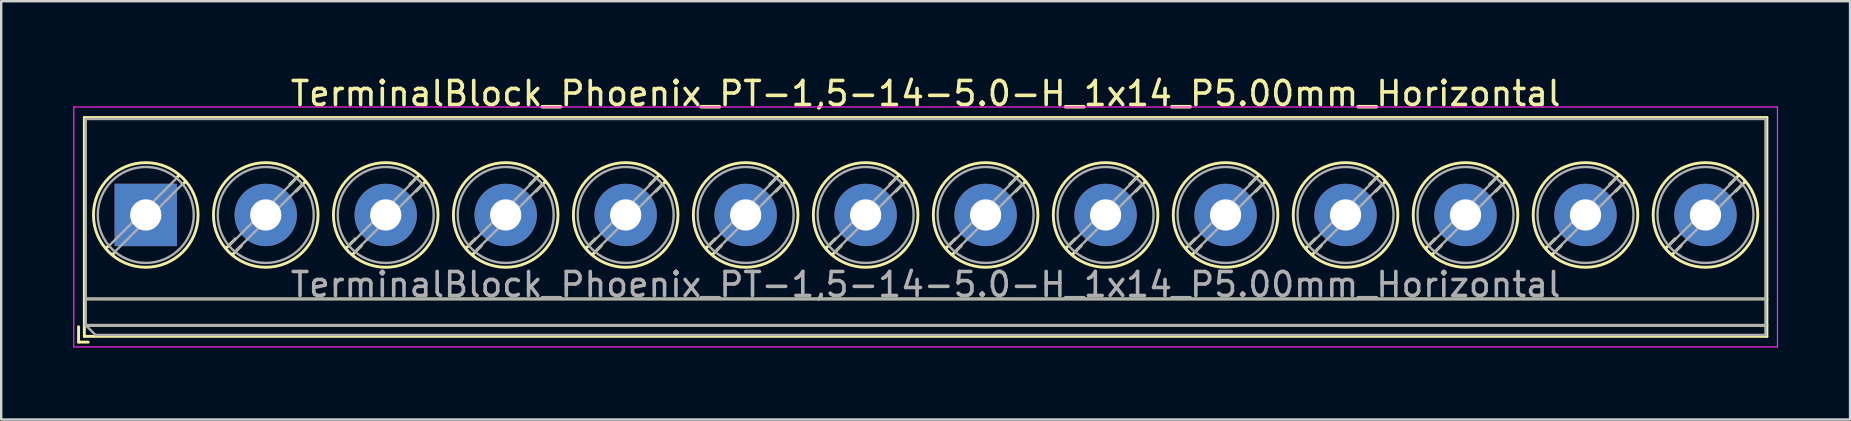
<source format=kicad_pcb>
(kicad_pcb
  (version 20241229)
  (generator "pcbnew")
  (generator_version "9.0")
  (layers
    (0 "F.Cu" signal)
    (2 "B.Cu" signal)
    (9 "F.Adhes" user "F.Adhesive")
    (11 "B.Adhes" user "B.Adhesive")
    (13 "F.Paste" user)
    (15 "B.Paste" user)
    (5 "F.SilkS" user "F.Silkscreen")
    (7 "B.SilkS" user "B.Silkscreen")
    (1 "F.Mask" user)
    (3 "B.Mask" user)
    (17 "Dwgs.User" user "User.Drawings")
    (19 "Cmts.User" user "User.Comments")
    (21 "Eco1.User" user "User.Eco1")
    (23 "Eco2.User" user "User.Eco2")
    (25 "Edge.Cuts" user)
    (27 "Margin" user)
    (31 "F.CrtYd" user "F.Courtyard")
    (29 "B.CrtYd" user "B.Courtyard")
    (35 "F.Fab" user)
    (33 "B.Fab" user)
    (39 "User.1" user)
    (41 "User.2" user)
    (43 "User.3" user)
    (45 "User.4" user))
  (footprint "TerminalBlock_Phoenix_PT-1,5-14-5.0-H_1x14_P5.00mm_Horizontal"
    (layer "F.Cu")
    (at 3.025 5.908)
    (property "Reference" "TerminalBlock_Phoenix_PT-1,5-14-5.0-H_1x14_P5.00mm_Horizontal" (at 32.5 -5.06 0) (layer "F.SilkS") (effects (font (size 1 1) (thickness 0.15))))
    (attr through_hole)
    (fp_line (start -2.8 4.66) (end -2.8 5.3) (stroke (width 0.12) (type solid)) (layer "F.SilkS"))
    (fp_line (start -2.8 5.3) (end -2.4 5.3) (stroke (width 0.12) (type solid)) (layer "F.SilkS"))
    (fp_line (start -2.56 -4.06) (end -2.56 5.06) (stroke (width 0.12) (type solid)) (layer "F.SilkS"))
    (fp_line (start -2.56 -4.06) (end 67.56 -4.06) (stroke (width 0.12) (type solid)) (layer "F.SilkS"))
    (fp_line (start -2.56 3.5) (end 67.56 3.5) (stroke (width 0.12) (type solid)) (layer "F.SilkS"))
    (fp_line (start -2.56 4.6) (end 67.56 4.6) (stroke (width 0.12) (type solid)) (layer "F.SilkS"))
    (fp_line (start -2.56 5.06) (end 67.56 5.06) (stroke (width 0.12) (type solid)) (layer "F.SilkS"))
    (fp_line (start -1.548 1.281) (end -1.654 1.388) (stroke (width 0.12) (type solid)) (layer "F.SilkS"))
    (fp_line (start -1.282 1.547) (end -1.388 1.654) (stroke (width 0.12) (type solid)) (layer "F.SilkS"))
    (fp_line (start 1.388 -1.654) (end 1.281 -1.547) (stroke (width 0.12) (type solid)) (layer "F.SilkS"))
    (fp_line (start 1.654 -1.388) (end 1.547 -1.281) (stroke (width 0.12) (type solid)) (layer "F.SilkS"))
    (fp_line (start 3.742 0.992) (end 3.347 1.388) (stroke (width 0.12) (type solid)) (layer "F.SilkS"))
    (fp_line (start 3.993 1.274) (end 3.613 1.654) (stroke (width 0.12) (type solid)) (layer "F.SilkS"))
    (fp_line (start 6.388 -1.654) (end 6.008 -1.274) (stroke (width 0.12) (type solid)) (layer "F.SilkS"))
    (fp_line (start 6.654 -1.388) (end 6.259 -0.992) (stroke (width 0.12) (type solid)) (layer "F.SilkS"))
    (fp_line (start 8.742 0.992) (end 8.347 1.388) (stroke (width 0.12) (type solid)) (layer "F.SilkS"))
    (fp_line (start 8.993 1.274) (end 8.613 1.654) (stroke (width 0.12) (type solid)) (layer "F.SilkS"))
    (fp_line (start 11.388 -1.654) (end 11.008 -1.274) (stroke (width 0.12) (type solid)) (layer "F.SilkS"))
    (fp_line (start 11.654 -1.388) (end 11.259 -0.992) (stroke (width 0.12) (type solid)) (layer "F.SilkS"))
    (fp_line (start 13.742 0.992) (end 13.347 1.388) (stroke (width 0.12) (type solid)) (layer "F.SilkS"))
    (fp_line (start 13.993 1.274) (end 13.613 1.654) (stroke (width 0.12) (type solid)) (layer "F.SilkS"))
    (fp_line (start 16.388 -1.654) (end 16.008 -1.274) (stroke (width 0.12) (type solid)) (layer "F.SilkS"))
    (fp_line (start 16.654 -1.388) (end 16.259 -0.992) (stroke (width 0.12) (type solid)) (layer "F.SilkS"))
    (fp_line (start 18.742 0.992) (end 18.347 1.388) (stroke (width 0.12) (type solid)) (layer "F.SilkS"))
    (fp_line (start 18.993 1.274) (end 18.613 1.654) (stroke (width 0.12) (type solid)) (layer "F.SilkS"))
    (fp_line (start 21.388 -1.654) (end 21.008 -1.274) (stroke (width 0.12) (type solid)) (layer "F.SilkS"))
    (fp_line (start 21.654 -1.388) (end 21.259 -0.992) (stroke (width 0.12) (type solid)) (layer "F.SilkS"))
    (fp_line (start 23.742 0.992) (end 23.347 1.388) (stroke (width 0.12) (type solid)) (layer "F.SilkS"))
    (fp_line (start 23.993 1.274) (end 23.613 1.654) (stroke (width 0.12) (type solid)) (layer "F.SilkS"))
    (fp_line (start 26.388 -1.654) (end 26.008 -1.274) (stroke (width 0.12) (type solid)) (layer "F.SilkS"))
    (fp_line (start 26.654 -1.388) (end 26.259 -0.992) (stroke (width 0.12) (type solid)) (layer "F.SilkS"))
    (fp_line (start 28.742 0.992) (end 28.347 1.388) (stroke (width 0.12) (type solid)) (layer "F.SilkS"))
    (fp_line (start 28.993 1.274) (end 28.613 1.654) (stroke (width 0.12) (type solid)) (layer "F.SilkS"))
    (fp_line (start 31.388 -1.654) (end 31.008 -1.274) (stroke (width 0.12) (type solid)) (layer "F.SilkS"))
    (fp_line (start 31.654 -1.388) (end 31.259 -0.992) (stroke (width 0.12) (type solid)) (layer "F.SilkS"))
    (fp_line (start 33.742 0.992) (end 33.347 1.388) (stroke (width 0.12) (type solid)) (layer "F.SilkS"))
    (fp_line (start 33.993 1.274) (end 33.613 1.654) (stroke (width 0.12) (type solid)) (layer "F.SilkS"))
    (fp_line (start 36.388 -1.654) (end 36.008 -1.274) (stroke (width 0.12) (type solid)) (layer "F.SilkS"))
    (fp_line (start 36.654 -1.388) (end 36.259 -0.992) (stroke (width 0.12) (type solid)) (layer "F.SilkS"))
    (fp_line (start 38.742 0.992) (end 38.347 1.388) (stroke (width 0.12) (type solid)) (layer "F.SilkS"))
    (fp_line (start 38.993 1.274) (end 38.613 1.654) (stroke (width 0.12) (type solid)) (layer "F.SilkS"))
    (fp_line (start 41.388 -1.654) (end 41.008 -1.274) (stroke (width 0.12) (type solid)) (layer "F.SilkS"))
    (fp_line (start 41.654 -1.388) (end 41.259 -0.992) (stroke (width 0.12) (type solid)) (layer "F.SilkS"))
    (fp_line (start 43.742 0.992) (end 43.347 1.388) (stroke (width 0.12) (type solid)) (layer "F.SilkS"))
    (fp_line (start 43.993 1.274) (end 43.613 1.654) (stroke (width 0.12) (type solid)) (layer "F.SilkS"))
    (fp_line (start 46.388 -1.654) (end 46.008 -1.274) (stroke (width 0.12) (type solid)) (layer "F.SilkS"))
    (fp_line (start 46.654 -1.388) (end 46.259 -0.992) (stroke (width 0.12) (type solid)) (layer "F.SilkS"))
    (fp_line (start 48.742 0.992) (end 48.347 1.388) (stroke (width 0.12) (type solid)) (layer "F.SilkS"))
    (fp_line (start 48.993 1.274) (end 48.613 1.654) (stroke (width 0.12) (type solid)) (layer "F.SilkS"))
    (fp_line (start 51.388 -1.654) (end 51.008 -1.274) (stroke (width 0.12) (type solid)) (layer "F.SilkS"))
    (fp_line (start 51.654 -1.388) (end 51.259 -0.992) (stroke (width 0.12) (type solid)) (layer "F.SilkS"))
    (fp_line (start 53.742 0.992) (end 53.347 1.388) (stroke (width 0.12) (type solid)) (layer "F.SilkS"))
    (fp_line (start 53.993 1.274) (end 53.613 1.654) (stroke (width 0.12) (type solid)) (layer "F.SilkS"))
    (fp_line (start 56.388 -1.654) (end 56.008 -1.274) (stroke (width 0.12) (type solid)) (layer "F.SilkS"))
    (fp_line (start 56.654 -1.388) (end 56.259 -0.992) (stroke (width 0.12) (type solid)) (layer "F.SilkS"))
    (fp_line (start 58.742 0.992) (end 58.347 1.388) (stroke (width 0.12) (type solid)) (layer "F.SilkS"))
    (fp_line (start 58.993 1.274) (end 58.613 1.654) (stroke (width 0.12) (type solid)) (layer "F.SilkS"))
    (fp_line (start 61.388 -1.654) (end 61.008 -1.274) (stroke (width 0.12) (type solid)) (layer "F.SilkS"))
    (fp_line (start 61.654 -1.388) (end 61.259 -0.992) (stroke (width 0.12) (type solid)) (layer "F.SilkS"))
    (fp_line (start 63.742 0.992) (end 63.347 1.388) (stroke (width 0.12) (type solid)) (layer "F.SilkS"))
    (fp_line (start 63.993 1.274) (end 63.613 1.654) (stroke (width 0.12) (type solid)) (layer "F.SilkS"))
    (fp_line (start 66.388 -1.654) (end 66.008 -1.274) (stroke (width 0.12) (type solid)) (layer "F.SilkS"))
    (fp_line (start 66.654 -1.388) (end 66.259 -0.992) (stroke (width 0.12) (type solid)) (layer "F.SilkS"))
    (fp_line (start 67.56 -4.06) (end 67.56 5.06) (stroke (width 0.12) (type solid)) (layer "F.SilkS"))
    (fp_circle (center 0 0) (end 2.18 0) (stroke (width 0.12) (type solid)) (fill no) (layer "F.SilkS"))
    (fp_circle (center 5 0) (end 7.18 0) (stroke (width 0.12) (type solid)) (fill no) (layer "F.SilkS"))
    (fp_circle (center 10 0) (end 12.18 0) (stroke (width 0.12) (type solid)) (fill no) (layer "F.SilkS"))
    (fp_circle (center 15 0) (end 17.18 0) (stroke (width 0.12) (type solid)) (fill no) (layer "F.SilkS"))
    (fp_circle (center 20 0) (end 22.18 0) (stroke (width 0.12) (type solid)) (fill no) (layer "F.SilkS"))
    (fp_circle (center 25 0) (end 27.18 0) (stroke (width 0.12) (type solid)) (fill no) (layer "F.SilkS"))
    (fp_circle (center 30 0) (end 32.18 0) (stroke (width 0.12) (type solid)) (fill no) (layer "F.SilkS"))
    (fp_circle (center 35 0) (end 37.18 0) (stroke (width 0.12) (type solid)) (fill no) (layer "F.SilkS"))
    (fp_circle (center 40 0) (end 42.18 0) (stroke (width 0.12) (type solid)) (fill no) (layer "F.SilkS"))
    (fp_circle (center 45 0) (end 47.18 0) (stroke (width 0.12) (type solid)) (fill no) (layer "F.SilkS"))
    (fp_circle (center 50 0) (end 52.18 0) (stroke (width 0.12) (type solid)) (fill no) (layer "F.SilkS"))
    (fp_circle (center 55 0) (end 57.18 0) (stroke (width 0.12) (type solid)) (fill no) (layer "F.SilkS"))
    (fp_circle (center 60 0) (end 62.18 0) (stroke (width 0.12) (type solid)) (fill no) (layer "F.SilkS"))
    (fp_circle (center 65 0) (end 67.18 0) (stroke (width 0.12) (type solid)) (fill no) (layer "F.SilkS"))
    (fp_line (start -3 -4.5) (end -3 5.5) (stroke (width 0.05) (type solid)) (layer "F.CrtYd"))
    (fp_line (start -3 5.5) (end 68 5.5) (stroke (width 0.05) (type solid)) (layer "F.CrtYd"))
    (fp_line (start 68 -4.5) (end -3 -4.5) (stroke (width 0.05) (type solid)) (layer "F.CrtYd"))
    (fp_line (start 68 5.5) (end 68 -4.5) (stroke (width 0.05) (type solid)) (layer "F.CrtYd"))
    (fp_line (start -2.5 -4) (end 67.5 -4) (stroke (width 0.1) (type solid)) (layer "F.Fab"))
    (fp_line (start -2.5 3.5) (end 67.5 3.5) (stroke (width 0.1) (type solid)) (layer "F.Fab"))
    (fp_line (start -2.5 4.6) (end -2.5 -4) (stroke (width 0.1) (type solid)) (layer "F.Fab"))
    (fp_line (start -2.5 4.6) (end 67.5 4.6) (stroke (width 0.1) (type solid)) (layer "F.Fab"))
    (fp_line (start -2.1 5) (end -2.5 4.6) (stroke (width 0.1) (type solid)) (layer "F.Fab"))
    (fp_line (start 1.273 -1.517) (end -1.517 1.273) (stroke (width 0.1) (type solid)) (layer "F.Fab"))
    (fp_line (start 1.517 -1.273) (end -1.273 1.517) (stroke (width 0.1) (type solid)) (layer "F.Fab"))
    (fp_line (start 6.273 -1.517) (end 3.484 1.273) (stroke (width 0.1) (type solid)) (layer "F.Fab"))
    (fp_line (start 6.517 -1.273) (end 3.728 1.517) (stroke (width 0.1) (type solid)) (layer "F.Fab"))
    (fp_line (start 11.273 -1.517) (end 8.484 1.273) (stroke (width 0.1) (type solid)) (layer "F.Fab"))
    (fp_line (start 11.517 -1.273) (end 8.728 1.517) (stroke (width 0.1) (type solid)) (layer "F.Fab"))
    (fp_line (start 16.273 -1.517) (end 13.484 1.273) (stroke (width 0.1) (type solid)) (layer "F.Fab"))
    (fp_line (start 16.517 -1.273) (end 13.728 1.517) (stroke (width 0.1) (type solid)) (layer "F.Fab"))
    (fp_line (start 21.273 -1.517) (end 18.484 1.273) (stroke (width 0.1) (type solid)) (layer "F.Fab"))
    (fp_line (start 21.517 -1.273) (end 18.728 1.517) (stroke (width 0.1) (type solid)) (layer "F.Fab"))
    (fp_line (start 26.273 -1.517) (end 23.484 1.273) (stroke (width 0.1) (type solid)) (layer "F.Fab"))
    (fp_line (start 26.517 -1.273) (end 23.728 1.517) (stroke (width 0.1) (type solid)) (layer "F.Fab"))
    (fp_line (start 31.273 -1.517) (end 28.484 1.273) (stroke (width 0.1) (type solid)) (layer "F.Fab"))
    (fp_line (start 31.517 -1.273) (end 28.728 1.517) (stroke (width 0.1) (type solid)) (layer "F.Fab"))
    (fp_line (start 36.273 -1.517) (end 33.484 1.273) (stroke (width 0.1) (type solid)) (layer "F.Fab"))
    (fp_line (start 36.517 -1.273) (end 33.728 1.517) (stroke (width 0.1) (type solid)) (layer "F.Fab"))
    (fp_line (start 41.273 -1.517) (end 38.484 1.273) (stroke (width 0.1) (type solid)) (layer "F.Fab"))
    (fp_line (start 41.517 -1.273) (end 38.728 1.517) (stroke (width 0.1) (type solid)) (layer "F.Fab"))
    (fp_line (start 46.273 -1.517) (end 43.484 1.273) (stroke (width 0.1) (type solid)) (layer "F.Fab"))
    (fp_line (start 46.517 -1.273) (end 43.728 1.517) (stroke (width 0.1) (type solid)) (layer "F.Fab"))
    (fp_line (start 51.273 -1.517) (end 48.484 1.273) (stroke (width 0.1) (type solid)) (layer "F.Fab"))
    (fp_line (start 51.517 -1.273) (end 48.728 1.517) (stroke (width 0.1) (type solid)) (layer "F.Fab"))
    (fp_line (start 56.273 -1.517) (end 53.484 1.273) (stroke (width 0.1) (type solid)) (layer "F.Fab"))
    (fp_line (start 56.517 -1.273) (end 53.728 1.517) (stroke (width 0.1) (type solid)) (layer "F.Fab"))
    (fp_line (start 61.273 -1.517) (end 58.484 1.273) (stroke (width 0.1) (type solid)) (layer "F.Fab"))
    (fp_line (start 61.517 -1.273) (end 58.728 1.517) (stroke (width 0.1) (type solid)) (layer "F.Fab"))
    (fp_line (start 66.273 -1.517) (end 63.484 1.273) (stroke (width 0.1) (type solid)) (layer "F.Fab"))
    (fp_line (start 66.517 -1.273) (end 63.728 1.517) (stroke (width 0.1) (type solid)) (layer "F.Fab"))
    (fp_line (start 67.5 -4) (end 67.5 5) (stroke (width 0.1) (type solid)) (layer "F.Fab"))
    (fp_line (start 67.5 5) (end -2.1 5) (stroke (width 0.1) (type solid)) (layer "F.Fab"))
    (fp_circle (center 0 0) (end 2 0) (stroke (width 0.1) (type solid)) (fill no) (layer "F.Fab"))
    (fp_circle (center 5 0) (end 7 0) (stroke (width 0.1) (type solid)) (fill no) (layer "F.Fab"))
    (fp_circle (center 10 0) (end 12 0) (stroke (width 0.1) (type solid)) (fill no) (layer "F.Fab"))
    (fp_circle (center 15 0) (end 17 0) (stroke (width 0.1) (type solid)) (fill no) (layer "F.Fab"))
    (fp_circle (center 20 0) (end 22 0) (stroke (width 0.1) (type solid)) (fill no) (layer "F.Fab"))
    (fp_circle (center 25 0) (end 27 0) (stroke (width 0.1) (type solid)) (fill no) (layer "F.Fab"))
    (fp_circle (center 30 0) (end 32 0) (stroke (width 0.1) (type solid)) (fill no) (layer "F.Fab"))
    (fp_circle (center 35 0) (end 37 0) (stroke (width 0.1) (type solid)) (fill no) (layer "F.Fab"))
    (fp_circle (center 40 0) (end 42 0) (stroke (width 0.1) (type solid)) (fill no) (layer "F.Fab"))
    (fp_circle (center 45 0) (end 47 0) (stroke (width 0.1) (type solid)) (fill no) (layer "F.Fab"))
    (fp_circle (center 50 0) (end 52 0) (stroke (width 0.1) (type solid)) (fill no) (layer "F.Fab"))
    (fp_circle (center 55 0) (end 57 0) (stroke (width 0.1) (type solid)) (fill no) (layer "F.Fab"))
    (fp_circle (center 60 0) (end 62 0) (stroke (width 0.1) (type solid)) (fill no) (layer "F.Fab"))
    (fp_circle (center 65 0) (end 67 0) (stroke (width 0.1) (type solid)) (fill no) (layer "F.Fab"))
    (fp_text user "${REFERENCE}" (at 32.5 2.9 0) (layer "F.Fab") (effects (font (size 1 1) (thickness 0.15))))
    (pad "1" thru_hole rect (at 0 0) (size 2.6 2.6) (drill 1.3) (layers "*.Cu" "*.Mask"))
    (pad "2" thru_hole circle (at 5 0) (size 2.6 2.6) (drill 1.3) (layers "*.Cu" "*.Mask"))
    (pad "3" thru_hole circle (at 10 0) (size 2.6 2.6) (drill 1.3) (layers "*.Cu" "*.Mask"))
    (pad "4" thru_hole circle (at 15 0) (size 2.6 2.6) (drill 1.3) (layers "*.Cu" "*.Mask"))
    (pad "5" thru_hole circle (at 20 0) (size 2.6 2.6) (drill 1.3) (layers "*.Cu" "*.Mask"))
    (pad "6" thru_hole circle (at 25 0) (size 2.6 2.6) (drill 1.3) (layers "*.Cu" "*.Mask"))
    (pad "7" thru_hole circle (at 30 0) (size 2.6 2.6) (drill 1.3) (layers "*.Cu" "*.Mask"))
    (pad "8" thru_hole circle (at 35 0) (size 2.6 2.6) (drill 1.3) (layers "*.Cu" "*.Mask"))
    (pad "9" thru_hole circle (at 40 0) (size 2.6 2.6) (drill 1.3) (layers "*.Cu" "*.Mask"))
    (pad "10" thru_hole circle (at 45 0) (size 2.6 2.6) (drill 1.3) (layers "*.Cu" "*.Mask"))
    (pad "11" thru_hole circle (at 50 0) (size 2.6 2.6) (drill 1.3) (layers "*.Cu" "*.Mask"))
    (pad "12" thru_hole circle (at 55 0) (size 2.6 2.6) (drill 1.3) (layers "*.Cu" "*.Mask"))
    (pad "13" thru_hole circle (at 60 0) (size 2.6 2.6) (drill 1.3) (layers "*.Cu" "*.Mask"))
    (pad "14" thru_hole circle (at 65 0) (size 2.6 2.6) (drill 1.3) (layers "*.Cu" "*.Mask")))
  (gr_rect
    (start -3 -3)
    (end 74.05 14.433)
    (stroke (width 0.1) (type default))
    (fill no)
    (layer "Edge.Cuts")))
</source>
